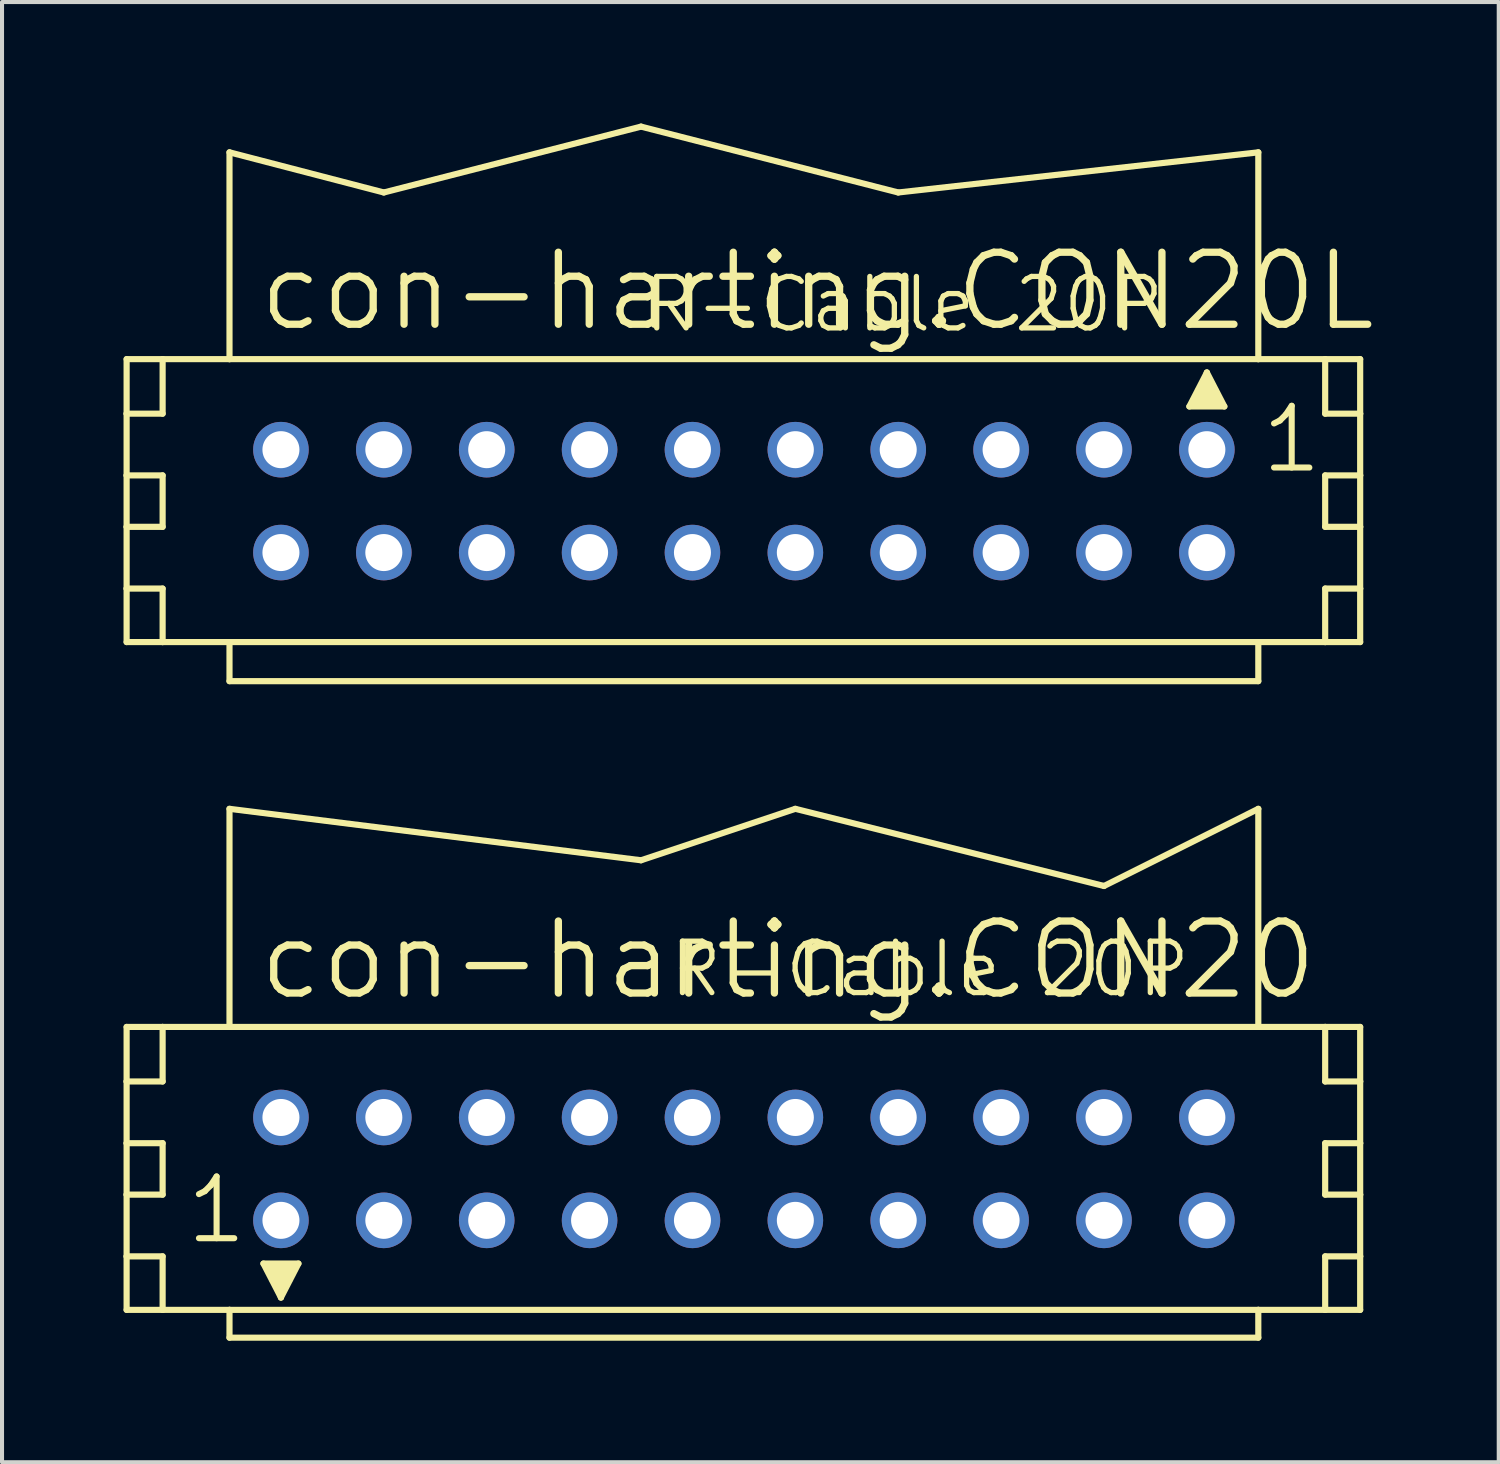
<source format=kicad_pcb>
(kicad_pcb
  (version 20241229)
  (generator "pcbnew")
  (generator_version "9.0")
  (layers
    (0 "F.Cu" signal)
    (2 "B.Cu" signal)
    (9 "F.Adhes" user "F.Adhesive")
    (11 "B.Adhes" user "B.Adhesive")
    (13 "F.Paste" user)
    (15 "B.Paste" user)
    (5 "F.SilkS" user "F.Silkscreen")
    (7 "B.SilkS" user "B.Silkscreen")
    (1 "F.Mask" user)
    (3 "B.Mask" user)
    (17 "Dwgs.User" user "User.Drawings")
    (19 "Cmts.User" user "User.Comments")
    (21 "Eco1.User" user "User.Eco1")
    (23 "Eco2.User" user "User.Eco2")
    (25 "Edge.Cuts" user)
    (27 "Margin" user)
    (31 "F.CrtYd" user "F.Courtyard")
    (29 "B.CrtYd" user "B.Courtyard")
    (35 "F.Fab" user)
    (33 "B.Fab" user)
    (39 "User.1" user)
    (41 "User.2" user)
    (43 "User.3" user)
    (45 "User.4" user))
  (footprint "con-harting.CON20"
    (layer "F.Cu")
    (at 15.316 25.809)
    (property "Reference" "con-harting.CON20" (at -12.065 -4.115 0) (layer "F.SilkS") (effects (font (size 1.778 1.778) (thickness 0.18)) (justify left bottom)))
    (attr through_hole)
    (fp_line (start -15.24 -3.505) (end -15.24 -2.159) (stroke (width 0.152) (type default)) (layer "F.SilkS"))
    (fp_line (start -15.24 -2.159) (end -15.24 -0.635) (stroke (width 0.152) (type default)) (layer "F.SilkS"))
    (fp_line (start -15.24 -2.159) (end -14.351 -2.159) (stroke (width 0.152) (type default)) (layer "F.SilkS"))
    (fp_line (start -15.24 -0.635) (end -15.24 0.635) (stroke (width 0.152) (type default)) (layer "F.SilkS"))
    (fp_line (start -15.24 -0.635) (end -14.351 -0.635) (stroke (width 0.152) (type default)) (layer "F.SilkS"))
    (fp_line (start -15.24 0.635) (end -15.24 2.159) (stroke (width 0.152) (type default)) (layer "F.SilkS"))
    (fp_line (start -15.24 0.635) (end -14.351 0.635) (stroke (width 0.152) (type default)) (layer "F.SilkS"))
    (fp_line (start -15.24 2.159) (end -15.24 3.48) (stroke (width 0.152) (type default)) (layer "F.SilkS"))
    (fp_line (start -15.24 2.159) (end -14.351 2.159) (stroke (width 0.152) (type default)) (layer "F.SilkS"))
    (fp_line (start -15.24 3.48) (end -14.351 3.48) (stroke (width 0.152) (type default)) (layer "F.SilkS"))
    (fp_line (start -14.351 -3.505) (end -15.24 -3.505) (stroke (width 0.152) (type default)) (layer "F.SilkS"))
    (fp_line (start -14.351 -3.505) (end -14.351 -2.159) (stroke (width 0.152) (type default)) (layer "F.SilkS"))
    (fp_line (start -14.351 -0.635) (end -14.351 0.635) (stroke (width 0.152) (type default)) (layer "F.SilkS"))
    (fp_line (start -14.351 2.159) (end -14.351 3.48) (stroke (width 0.152) (type default)) (layer "F.SilkS"))
    (fp_line (start -14.351 3.48) (end -12.7 3.48) (stroke (width 0.152) (type default)) (layer "F.SilkS"))
    (fp_line (start -12.7 -8.89) (end -2.54 -7.62) (stroke (width 0.152) (type default)) (layer "F.SilkS"))
    (fp_line (start -12.7 -3.505) (end -14.351 -3.505) (stroke (width 0.152) (type default)) (layer "F.SilkS"))
    (fp_line (start -12.7 -3.505) (end -12.7 -8.89) (stroke (width 0.152) (type default)) (layer "F.SilkS"))
    (fp_line (start -12.7 3.48) (end -12.7 4.166) (stroke (width 0.152) (type default)) (layer "F.SilkS"))
    (fp_line (start -12.7 3.48) (end 12.7 3.48) (stroke (width 0.152) (type default)) (layer "F.SilkS"))
    (fp_line (start -11.862 2.337) (end -10.998 2.337) (stroke (width 0.152) (type default)) (layer "F.SilkS"))
    (fp_line (start -11.43 3.175) (end -11.862 2.337) (stroke (width 0.152) (type default)) (layer "F.SilkS"))
    (fp_line (start -11.43 3.175) (end -11.43 2.921) (stroke (width 0.152) (type default)) (layer "F.SilkS"))
    (fp_line (start -10.998 2.337) (end -11.43 3.175) (stroke (width 0.152) (type default)) (layer "F.SilkS"))
    (fp_line (start -2.54 -7.62) (end 1.27 -8.89) (stroke (width 0.152) (type default)) (layer "F.SilkS"))
    (fp_line (start 1.27 -8.89) (end 8.89 -6.985) (stroke (width 0.152) (type default)) (layer "F.SilkS"))
    (fp_line (start 8.89 -6.985) (end 12.7 -8.89) (stroke (width 0.152) (type default)) (layer "F.SilkS"))
    (fp_line (start 12.7 -3.505) (end -12.7 -3.505) (stroke (width 0.152) (type default)) (layer "F.SilkS"))
    (fp_line (start 12.7 -3.505) (end 12.7 -8.89) (stroke (width 0.152) (type default)) (layer "F.SilkS"))
    (fp_line (start 12.7 3.48) (end 12.7 4.166) (stroke (width 0.152) (type default)) (layer "F.SilkS"))
    (fp_line (start 12.7 3.48) (end 14.351 3.48) (stroke (width 0.152) (type default)) (layer "F.SilkS"))
    (fp_line (start 12.7 4.166) (end -12.7 4.166) (stroke (width 0.152) (type default)) (layer "F.SilkS"))
    (fp_line (start 14.351 -3.505) (end 12.7 -3.505) (stroke (width 0.152) (type default)) (layer "F.SilkS"))
    (fp_line (start 14.351 -3.505) (end 14.351 -2.159) (stroke (width 0.152) (type default)) (layer "F.SilkS"))
    (fp_line (start 14.351 -2.159) (end 15.215 -2.159) (stroke (width 0.152) (type default)) (layer "F.SilkS"))
    (fp_line (start 14.351 -0.635) (end 14.351 0.635) (stroke (width 0.152) (type default)) (layer "F.SilkS"))
    (fp_line (start 14.351 -0.635) (end 15.215 -0.635) (stroke (width 0.152) (type default)) (layer "F.SilkS"))
    (fp_line (start 14.351 0.635) (end 15.215 0.635) (stroke (width 0.152) (type default)) (layer "F.SilkS"))
    (fp_line (start 14.351 2.159) (end 14.351 3.48) (stroke (width 0.152) (type default)) (layer "F.SilkS"))
    (fp_line (start 14.351 2.159) (end 15.215 2.159) (stroke (width 0.152) (type default)) (layer "F.SilkS"))
    (fp_line (start 14.351 3.48) (end 15.215 3.48) (stroke (width 0.152) (type default)) (layer "F.SilkS"))
    (fp_line (start 15.215 -3.505) (end 14.351 -3.505) (stroke (width 0.152) (type default)) (layer "F.SilkS"))
    (fp_line (start 15.215 -2.159) (end 15.215 -3.505) (stroke (width 0.152) (type default)) (layer "F.SilkS"))
    (fp_line (start 15.215 -0.635) (end 15.215 -2.159) (stroke (width 0.152) (type default)) (layer "F.SilkS"))
    (fp_line (start 15.215 0.635) (end 15.215 -0.635) (stroke (width 0.152) (type default)) (layer "F.SilkS"))
    (fp_line (start 15.215 2.159) (end 15.215 0.635) (stroke (width 0.152) (type default)) (layer "F.SilkS"))
    (fp_line (start 15.215 3.48) (end 15.215 2.159) (stroke (width 0.152) (type default)) (layer "F.SilkS"))
    (fp_rect (start -11.811 2.515) (end -11.43 2.388) (stroke (width 0.05) (type default)) (fill yes) (layer "F.SilkS"))
    (fp_rect (start -11.684 2.769) (end -11.176 2.515) (stroke (width 0.05) (type default)) (fill yes) (layer "F.SilkS"))
    (fp_rect (start -11.557 2.972) (end -11.303 2.718) (stroke (width 0.05) (type default)) (fill yes) (layer "F.SilkS"))
    (fp_rect (start -11.43 2.515) (end -11.049 2.388) (stroke (width 0.05) (type default)) (fill yes) (layer "F.SilkS"))
    (fp_text user "1" (at -13.843 1.905 0) (layer "F.SilkS") (effects (font (size 1.524 1.524) (thickness 0.15)) (justify left bottom)))
    (fp_text user "R-Cable 20P" (at -1.905 -4.191 0) (layer "F.SilkS") (effects (font (size 1.27 1.27) (thickness 0.13)) (justify left bottom)))
    (pad "1" thru_hole circle (at -11.43 1.27) (size 1.372 1.372) (drill 0.914) (layers "*.Cu" "*.Mask"))
    (pad "2" thru_hole circle (at -11.43 -1.27) (size 1.372 1.372) (drill 0.914) (layers "*.Cu" "*.Mask"))
    (pad "3" thru_hole circle (at -8.89 1.27) (size 1.372 1.372) (drill 0.914) (layers "*.Cu" "*.Mask"))
    (pad "4" thru_hole circle (at -8.89 -1.27) (size 1.372 1.372) (drill 0.914) (layers "*.Cu" "*.Mask"))
    (pad "5" thru_hole circle (at -6.35 1.27) (size 1.372 1.372) (drill 0.914) (layers "*.Cu" "*.Mask"))
    (pad "6" thru_hole circle (at -6.35 -1.27) (size 1.372 1.372) (drill 0.914) (layers "*.Cu" "*.Mask"))
    (pad "7" thru_hole circle (at -3.81 1.27) (size 1.372 1.372) (drill 0.914) (layers "*.Cu" "*.Mask"))
    (pad "8" thru_hole circle (at -3.81 -1.27) (size 1.372 1.372) (drill 0.914) (layers "*.Cu" "*.Mask"))
    (pad "9" thru_hole circle (at -1.27 1.27) (size 1.372 1.372) (drill 0.914) (layers "*.Cu" "*.Mask"))
    (pad "10" thru_hole circle (at -1.27 -1.27) (size 1.372 1.372) (drill 0.914) (layers "*.Cu" "*.Mask"))
    (pad "11" thru_hole circle (at 1.27 1.27) (size 1.372 1.372) (drill 0.914) (layers "*.Cu" "*.Mask"))
    (pad "12" thru_hole circle (at 1.27 -1.27) (size 1.372 1.372) (drill 0.914) (layers "*.Cu" "*.Mask"))
    (pad "13" thru_hole circle (at 3.81 1.27) (size 1.372 1.372) (drill 0.914) (layers "*.Cu" "*.Mask"))
    (pad "14" thru_hole circle (at 3.81 -1.27) (size 1.372 1.372) (drill 0.914) (layers "*.Cu" "*.Mask"))
    (pad "15" thru_hole circle (at 6.35 1.27) (size 1.372 1.372) (drill 0.914) (layers "*.Cu" "*.Mask"))
    (pad "16" thru_hole circle (at 6.35 -1.27) (size 1.372 1.372) (drill 0.914) (layers "*.Cu" "*.Mask"))
    (pad "17" thru_hole circle (at 8.89 1.27) (size 1.372 1.372) (drill 0.914) (layers "*.Cu" "*.Mask"))
    (pad "18" thru_hole circle (at 8.89 -1.27) (size 1.372 1.372) (drill 0.914) (layers "*.Cu" "*.Mask"))
    (pad "19" thru_hole circle (at 11.43 1.27) (size 1.372 1.372) (drill 0.914) (layers "*.Cu" "*.Mask"))
    (pad "20" thru_hole circle (at 11.43 -1.27) (size 1.372 1.372) (drill 0.914) (layers "*.Cu" "*.Mask")))
  (footprint "con-harting.CON20L"
    (layer "F.Cu")
    (at 15.316 9.322)
    (property "Reference" "con-harting.CON20L" (at -12.065 -4.14 0) (layer "F.SilkS") (effects (font (size 1.778 1.778) (thickness 0.18)) (justify left bottom)))
    (attr through_hole)
    (fp_line (start -15.24 -3.505) (end -15.24 -2.159) (stroke (width 0.152) (type default)) (layer "F.SilkS"))
    (fp_line (start -15.24 -2.159) (end -15.24 -0.635) (stroke (width 0.152) (type default)) (layer "F.SilkS"))
    (fp_line (start -15.24 -2.159) (end -14.351 -2.159) (stroke (width 0.152) (type default)) (layer "F.SilkS"))
    (fp_line (start -15.24 -0.635) (end -15.24 0.635) (stroke (width 0.152) (type default)) (layer "F.SilkS"))
    (fp_line (start -15.24 -0.635) (end -14.351 -0.635) (stroke (width 0.152) (type default)) (layer "F.SilkS"))
    (fp_line (start -15.24 0.635) (end -15.24 2.159) (stroke (width 0.152) (type default)) (layer "F.SilkS"))
    (fp_line (start -15.24 0.635) (end -14.351 0.635) (stroke (width 0.152) (type default)) (layer "F.SilkS"))
    (fp_line (start -15.24 2.159) (end -15.24 3.48) (stroke (width 0.152) (type default)) (layer "F.SilkS"))
    (fp_line (start -15.24 2.159) (end -14.351 2.159) (stroke (width 0.152) (type default)) (layer "F.SilkS"))
    (fp_line (start -15.24 3.48) (end -14.351 3.48) (stroke (width 0.152) (type default)) (layer "F.SilkS"))
    (fp_line (start -14.351 -3.505) (end -15.24 -3.505) (stroke (width 0.152) (type default)) (layer "F.SilkS"))
    (fp_line (start -14.351 -3.505) (end -14.351 -2.159) (stroke (width 0.152) (type default)) (layer "F.SilkS"))
    (fp_line (start -14.351 -0.635) (end -14.351 0.635) (stroke (width 0.152) (type default)) (layer "F.SilkS"))
    (fp_line (start -14.351 2.159) (end -14.351 3.48) (stroke (width 0.152) (type default)) (layer "F.SilkS"))
    (fp_line (start -14.351 3.48) (end -12.7 3.48) (stroke (width 0.152) (type default)) (layer "F.SilkS"))
    (fp_line (start -12.7 -3.505) (end -14.351 -3.505) (stroke (width 0.152) (type default)) (layer "F.SilkS"))
    (fp_line (start -12.7 -3.505) (end -12.7 -8.611) (stroke (width 0.152) (type default)) (layer "F.SilkS"))
    (fp_line (start -12.7 3.48) (end -12.7 4.445) (stroke (width 0.152) (type default)) (layer "F.SilkS"))
    (fp_line (start -12.7 3.48) (end 12.7 3.48) (stroke (width 0.152) (type default)) (layer "F.SilkS"))
    (fp_line (start -8.89 -7.62) (end -12.7 -8.611) (stroke (width 0.152) (type default)) (layer "F.SilkS"))
    (fp_line (start -8.89 -7.62) (end -2.54 -9.246) (stroke (width 0.152) (type default)) (layer "F.SilkS"))
    (fp_line (start 3.81 -7.62) (end -2.54 -9.246) (stroke (width 0.152) (type default)) (layer "F.SilkS"))
    (fp_line (start 3.81 -7.62) (end 12.7 -8.611) (stroke (width 0.152) (type default)) (layer "F.SilkS"))
    (fp_line (start 10.998 -2.337) (end 11.43 -3.175) (stroke (width 0.152) (type default)) (layer "F.SilkS"))
    (fp_line (start 11.43 -3.175) (end 11.43 -2.921) (stroke (width 0.152) (type default)) (layer "F.SilkS"))
    (fp_line (start 11.43 -3.175) (end 11.862 -2.337) (stroke (width 0.152) (type default)) (layer "F.SilkS"))
    (fp_line (start 11.862 -2.337) (end 10.998 -2.337) (stroke (width 0.152) (type default)) (layer "F.SilkS"))
    (fp_line (start 12.7 -3.505) (end -12.7 -3.505) (stroke (width 0.152) (type default)) (layer "F.SilkS"))
    (fp_line (start 12.7 -3.505) (end 12.7 -8.611) (stroke (width 0.152) (type default)) (layer "F.SilkS"))
    (fp_line (start 12.7 3.48) (end 12.7 4.445) (stroke (width 0.152) (type default)) (layer "F.SilkS"))
    (fp_line (start 12.7 3.48) (end 14.351 3.48) (stroke (width 0.152) (type default)) (layer "F.SilkS"))
    (fp_line (start 12.7 4.445) (end -12.7 4.445) (stroke (width 0.152) (type default)) (layer "F.SilkS"))
    (fp_line (start 14.351 -3.505) (end 12.7 -3.505) (stroke (width 0.152) (type default)) (layer "F.SilkS"))
    (fp_line (start 14.351 -3.505) (end 14.351 -2.159) (stroke (width 0.152) (type default)) (layer "F.SilkS"))
    (fp_line (start 14.351 -2.159) (end 15.215 -2.159) (stroke (width 0.152) (type default)) (layer "F.SilkS"))
    (fp_line (start 14.351 -0.635) (end 14.351 0.635) (stroke (width 0.152) (type default)) (layer "F.SilkS"))
    (fp_line (start 14.351 -0.635) (end 15.215 -0.635) (stroke (width 0.152) (type default)) (layer "F.SilkS"))
    (fp_line (start 14.351 0.635) (end 15.215 0.635) (stroke (width 0.152) (type default)) (layer "F.SilkS"))
    (fp_line (start 14.351 2.159) (end 14.351 3.48) (stroke (width 0.152) (type default)) (layer "F.SilkS"))
    (fp_line (start 14.351 2.159) (end 15.215 2.159) (stroke (width 0.152) (type default)) (layer "F.SilkS"))
    (fp_line (start 14.351 3.48) (end 15.215 3.48) (stroke (width 0.152) (type default)) (layer "F.SilkS"))
    (fp_line (start 15.215 -3.505) (end 14.351 -3.505) (stroke (width 0.152) (type default)) (layer "F.SilkS"))
    (fp_line (start 15.215 -2.159) (end 15.215 -3.505) (stroke (width 0.152) (type default)) (layer "F.SilkS"))
    (fp_line (start 15.215 -0.635) (end 15.215 -2.159) (stroke (width 0.152) (type default)) (layer "F.SilkS"))
    (fp_line (start 15.215 0.635) (end 15.215 -0.635) (stroke (width 0.152) (type default)) (layer "F.SilkS"))
    (fp_line (start 15.215 2.159) (end 15.215 0.635) (stroke (width 0.152) (type default)) (layer "F.SilkS"))
    (fp_line (start 15.215 3.48) (end 15.215 2.159) (stroke (width 0.152) (type default)) (layer "F.SilkS"))
    (fp_rect (start 11.049 -2.388) (end 11.43 -2.515) (stroke (width 0.05) (type default)) (fill yes) (layer "F.SilkS"))
    (fp_rect (start 11.176 -2.515) (end 11.684 -2.769) (stroke (width 0.05) (type default)) (fill yes) (layer "F.SilkS"))
    (fp_rect (start 11.303 -2.718) (end 11.557 -2.972) (stroke (width 0.05) (type default)) (fill yes) (layer "F.SilkS"))
    (fp_rect (start 11.43 -2.388) (end 11.811 -2.515) (stroke (width 0.05) (type default)) (fill yes) (layer "F.SilkS"))
    (fp_text user "R-Cable 20P" (at -2.54 -4.115 0) (layer "F.SilkS") (effects (font (size 1.27 1.27) (thickness 0.13)) (justify left bottom)))
    (fp_text user "1" (at 12.7 -0.635 0) (layer "F.SilkS") (effects (font (size 1.524 1.524) (thickness 0.15)) (justify left bottom)))
    (pad "1" thru_hole circle (at 11.43 -1.27) (size 1.372 1.372) (drill 0.914) (layers "*.Cu" "*.Mask"))
    (pad "2" thru_hole circle (at 11.43 1.27) (size 1.372 1.372) (drill 0.914) (layers "*.Cu" "*.Mask"))
    (pad "3" thru_hole circle (at 8.89 -1.27) (size 1.372 1.372) (drill 0.914) (layers "*.Cu" "*.Mask"))
    (pad "4" thru_hole circle (at 8.89 1.27) (size 1.372 1.372) (drill 0.914) (layers "*.Cu" "*.Mask"))
    (pad "5" thru_hole circle (at 6.35 -1.27) (size 1.372 1.372) (drill 0.914) (layers "*.Cu" "*.Mask"))
    (pad "6" thru_hole circle (at 6.35 1.27) (size 1.372 1.372) (drill 0.914) (layers "*.Cu" "*.Mask"))
    (pad "7" thru_hole circle (at 3.81 -1.27) (size 1.372 1.372) (drill 0.914) (layers "*.Cu" "*.Mask"))
    (pad "8" thru_hole circle (at 3.81 1.27) (size 1.372 1.372) (drill 0.914) (layers "*.Cu" "*.Mask"))
    (pad "9" thru_hole circle (at 1.27 -1.27) (size 1.372 1.372) (drill 0.914) (layers "*.Cu" "*.Mask"))
    (pad "10" thru_hole circle (at 1.27 1.27) (size 1.372 1.372) (drill 0.914) (layers "*.Cu" "*.Mask"))
    (pad "11" thru_hole circle (at -1.27 -1.27) (size 1.372 1.372) (drill 0.914) (layers "*.Cu" "*.Mask"))
    (pad "12" thru_hole circle (at -1.27 1.27) (size 1.372 1.372) (drill 0.914) (layers "*.Cu" "*.Mask"))
    (pad "13" thru_hole circle (at -3.81 -1.27) (size 1.372 1.372) (drill 0.914) (layers "*.Cu" "*.Mask"))
    (pad "14" thru_hole circle (at -3.81 1.27) (size 1.372 1.372) (drill 0.914) (layers "*.Cu" "*.Mask"))
    (pad "15" thru_hole circle (at -6.35 -1.27) (size 1.372 1.372) (drill 0.914) (layers "*.Cu" "*.Mask"))
    (pad "16" thru_hole circle (at -6.35 1.27) (size 1.372 1.372) (drill 0.914) (layers "*.Cu" "*.Mask"))
    (pad "17" thru_hole circle (at -8.89 -1.27) (size 1.372 1.372) (drill 0.914) (layers "*.Cu" "*.Mask"))
    (pad "18" thru_hole circle (at -8.89 1.27) (size 1.372 1.372) (drill 0.914) (layers "*.Cu" "*.Mask"))
    (pad "19" thru_hole circle (at -11.43 -1.27) (size 1.372 1.372) (drill 0.914) (layers "*.Cu" "*.Mask"))
    (pad "20" thru_hole circle (at -11.43 1.27) (size 1.372 1.372) (drill 0.914) (layers "*.Cu" "*.Mask")))
  (gr_rect
    (start -3 -3)
    (end 33.952 33.051)
    (stroke (width 0.1) (type default))
    (fill no)
    (layer "Edge.Cuts")))
</source>
